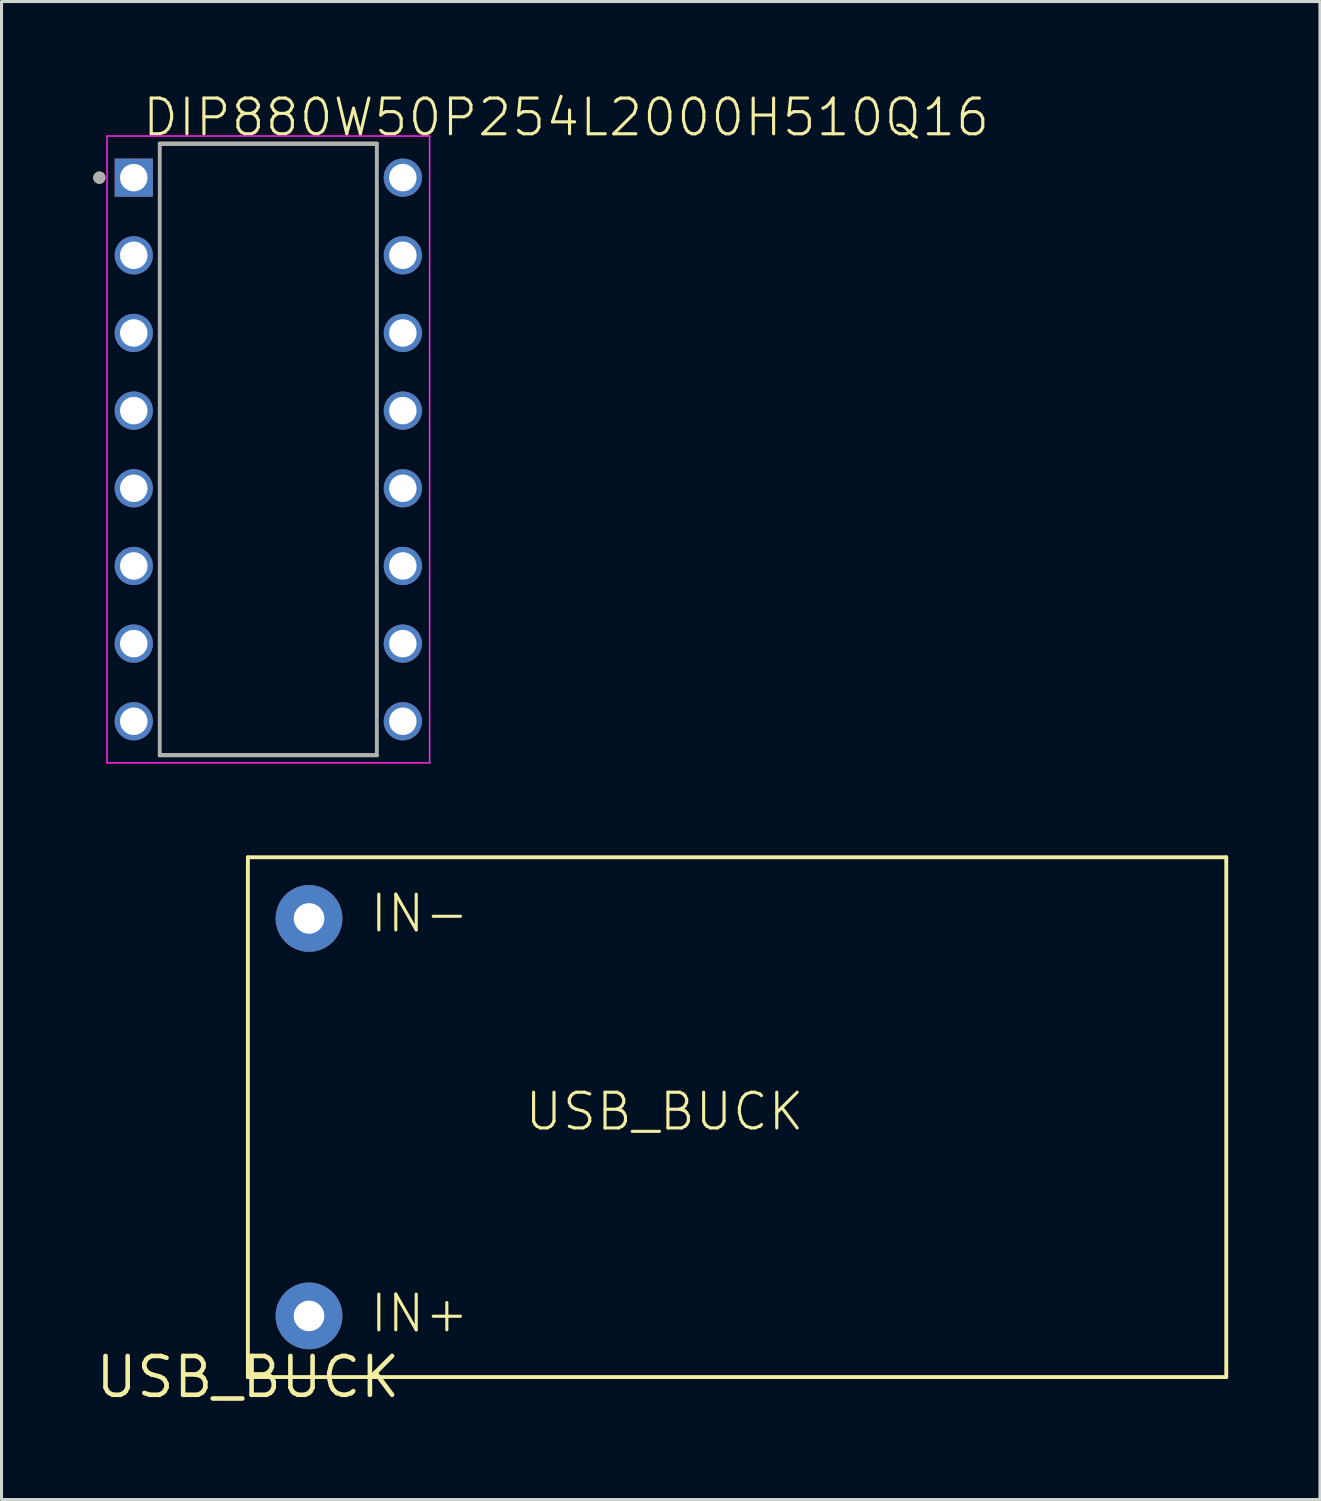
<source format=kicad_pcb>
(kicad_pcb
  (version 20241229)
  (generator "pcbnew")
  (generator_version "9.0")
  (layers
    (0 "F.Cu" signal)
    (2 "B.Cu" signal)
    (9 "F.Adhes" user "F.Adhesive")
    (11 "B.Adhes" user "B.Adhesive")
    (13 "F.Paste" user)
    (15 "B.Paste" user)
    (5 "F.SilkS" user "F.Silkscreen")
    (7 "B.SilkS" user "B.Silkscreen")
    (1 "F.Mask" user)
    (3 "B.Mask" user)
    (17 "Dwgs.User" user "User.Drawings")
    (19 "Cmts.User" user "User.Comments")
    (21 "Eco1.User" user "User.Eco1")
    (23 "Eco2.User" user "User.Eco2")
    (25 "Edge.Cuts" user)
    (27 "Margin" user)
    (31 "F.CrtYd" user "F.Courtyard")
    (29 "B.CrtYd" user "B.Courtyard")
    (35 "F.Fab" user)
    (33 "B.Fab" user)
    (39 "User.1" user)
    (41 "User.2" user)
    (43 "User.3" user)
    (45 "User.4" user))
  (footprint "USB_BUCK"
    (layer "F.Cu")
    (at 5.057 41.989)
    (property "Reference" "USB_BUCK" (at 0 0 0) (layer "F.SilkS") (effects (font (size 1.27 1.27) (thickness 0.15))))
    (fp_line (start 0 -17) (end 32 -17) (stroke (width 0.127) (type solid)) (layer "F.SilkS"))
    (fp_line (start 0 0) (end 0 -17) (stroke (width 0.127) (type solid)) (layer "F.SilkS"))
    (fp_line (start 32 -17) (end 32 0) (stroke (width 0.127) (type solid)) (layer "F.SilkS"))
    (fp_line (start 32 0) (end 0 0) (stroke (width 0.127) (type solid)) (layer "F.SilkS"))
    (fp_text user "IN+" (at 3.937 -1.397 0) (unlocked yes) (layer "F.SilkS") (effects (font (size 1.168 1.168) (thickness 0.102)) (justify left bottom)))
    (fp_text user "USB_BUCK" (at 9 -8 0) (unlocked yes) (layer "F.SilkS") (effects (font (size 1.168 1.168) (thickness 0.102)) (justify left bottom)))
    (fp_text user "IN-" (at 3.937 -14.478 0) (unlocked yes) (layer "F.SilkS") (effects (font (size 1.168 1.168) (thickness 0.102)) (justify left bottom)))
    (pad "IN+" thru_hole circle (at 2 -2) (size 2.184 2.184) (drill 1) (layers "*.Cu" "*.Mask"))
    (pad "IN-" thru_hole circle (at 2 -15) (size 2.184 2.184) (drill 1) (layers "*.Cu" "*.Mask")))
  (footprint "DIP880W50P254L2000H510Q16"
    (layer "F.Cu")
    (at 5.725 11.65)
    (property "Reference" "DIP880W50P254L2000H510Q16" (at -4.175 -10.177 0) (unlocked yes) (layer "F.SilkS") (effects (font (size 1.168 1.168) (thickness 0.102)) (justify left bottom)))
    (fp_line (start -3.55 -10) (end 3.55 -10) (stroke (width 0.127) (type solid)) (layer "F.SilkS"))
    (fp_line (start -3.55 10) (end 3.55 10) (stroke (width 0.127) (type solid)) (layer "F.SilkS"))
    (fp_circle (center -5.525 -8.89) (end -5.425 -8.89) (stroke (width 0.2) (type solid)) (fill no) (layer "F.SilkS"))
    (fp_line (start -5.275 -10.25) (end -5.275 10.25) (stroke (width 0.05) (type solid)) (layer "F.CrtYd"))
    (fp_line (start 5.275 -10.25) (end -5.275 -10.25) (stroke (width 0.05) (type solid)) (layer "F.CrtYd"))
    (fp_line (start 5.275 -10.25) (end 5.275 10.25) (stroke (width 0.05) (type solid)) (layer "F.CrtYd"))
    (fp_line (start 5.275 10.25) (end -5.275 10.25) (stroke (width 0.05) (type solid)) (layer "F.CrtYd"))
    (fp_line (start -3.55 -10) (end -3.55 10) (stroke (width 0.127) (type solid)) (layer "F.Fab"))
    (fp_line (start -3.55 -10) (end 3.55 -10) (stroke (width 0.127) (type solid)) (layer "F.Fab"))
    (fp_line (start -3.55 10) (end 3.55 10) (stroke (width 0.127) (type solid)) (layer "F.Fab"))
    (fp_line (start 3.55 -10) (end 3.55 10) (stroke (width 0.127) (type solid)) (layer "F.Fab"))
    (fp_circle (center -5.525 -8.89) (end -5.425 -8.89) (stroke (width 0.2) (type solid)) (fill no) (layer "F.Fab"))
    (pad "1" thru_hole rect (at -4.4 -8.89) (size 1.25 1.25) (drill 0.9) (layers "*.Cu" "*.Mask"))
    (pad "2" thru_hole circle (at -4.4 -6.35) (size 1.25 1.25) (drill 0.9) (layers "*.Cu" "*.Mask"))
    (pad "3" thru_hole circle (at -4.4 -3.81) (size 1.25 1.25) (drill 0.9) (layers "*.Cu" "*.Mask"))
    (pad "4" thru_hole circle (at -4.4 -1.27) (size 1.25 1.25) (drill 0.9) (layers "*.Cu" "*.Mask"))
    (pad "5" thru_hole circle (at -4.4 1.27) (size 1.25 1.25) (drill 0.9) (layers "*.Cu" "*.Mask"))
    (pad "6" thru_hole circle (at -4.4 3.81) (size 1.25 1.25) (drill 0.9) (layers "*.Cu" "*.Mask"))
    (pad "7" thru_hole circle (at -4.4 6.35) (size 1.25 1.25) (drill 0.9) (layers "*.Cu" "*.Mask"))
    (pad "8" thru_hole circle (at -4.4 8.89) (size 1.25 1.25) (drill 0.9) (layers "*.Cu" "*.Mask"))
    (pad "9" thru_hole circle (at 4.4 8.89) (size 1.25 1.25) (drill 0.9) (layers "*.Cu" "*.Mask"))
    (pad "10" thru_hole circle (at 4.4 6.35) (size 1.25 1.25) (drill 0.9) (layers "*.Cu" "*.Mask"))
    (pad "11" thru_hole circle (at 4.4 3.81) (size 1.25 1.25) (drill 0.9) (layers "*.Cu" "*.Mask"))
    (pad "12" thru_hole circle (at 4.4 1.27) (size 1.25 1.25) (drill 0.9) (layers "*.Cu" "*.Mask"))
    (pad "13" thru_hole circle (at 4.4 -1.27) (size 1.25 1.25) (drill 0.9) (layers "*.Cu" "*.Mask"))
    (pad "14" thru_hole circle (at 4.4 -3.81) (size 1.25 1.25) (drill 0.9) (layers "*.Cu" "*.Mask"))
    (pad "15" thru_hole circle (at 4.4 -6.35) (size 1.25 1.25) (drill 0.9) (layers "*.Cu" "*.Mask"))
    (pad "16" thru_hole circle (at 4.4 -8.89) (size 1.25 1.25) (drill 0.9) (layers "*.Cu" "*.Mask")))
  (gr_rect
    (start -3 -3)
    (end 40.121 45.995)
    (stroke (width 0.1) (type default))
    (fill no)
    (layer "Edge.Cuts")))
</source>
